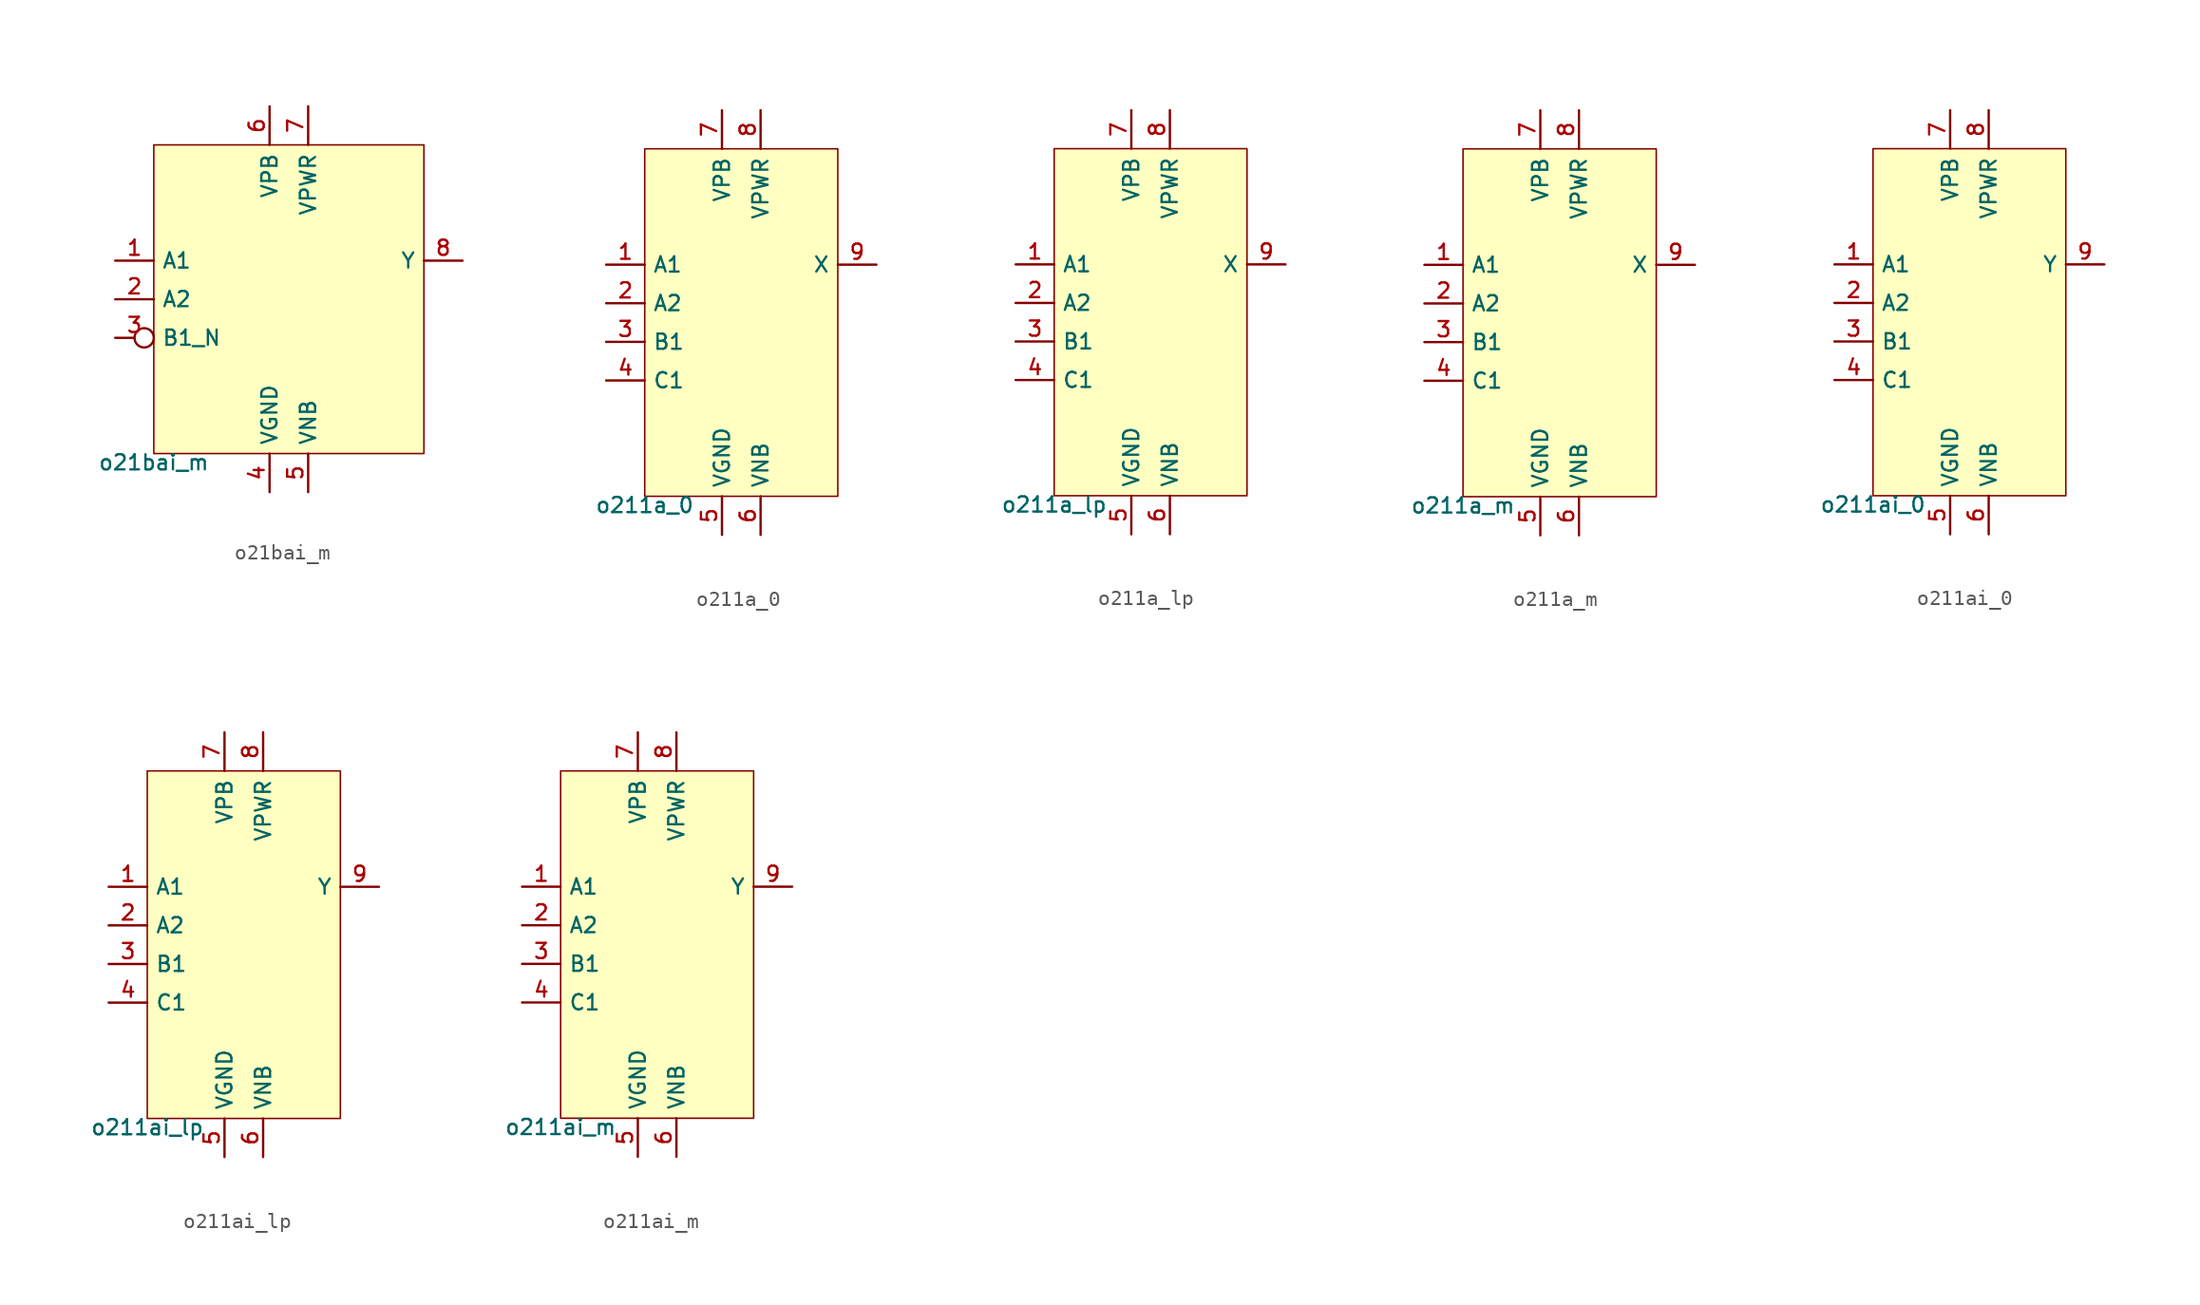
<source format=kicad_sym>
(kicad_symbol_lib
  (version 20211014)
  (generator pdk2kicad)
  (symbol "o21bai_m"
    (property "Reference" "X"
      (at 0 0 0)
      (effects (font (size 1 1)) hide))
    (property "Value" "o21bai_m"
      (at -8.89 -10.16 0)
      (effects (font (size 1 1)) (justify top)))
    (rectangle
      (start -8.89 -10.16)
      (end 8.89 10.16)
      (stroke (width 0.1) (type solid) (color 0 0 0 0))
      (fill (type background)))
    (pin input line
      (at -11.43 2.54 0)
      (length 2.54)
      (name "A1" (effects (font (size 1 1)) hide))
      (number "1" (effects (font (size 1 1)) hide)))
    (pin input line
      (at -11.43 0.0 0)
      (length 2.54)
      (name "A2" (effects (font (size 1 1)) hide))
      (number "2" (effects (font (size 1 1)) hide)))
    (pin input inverted
      (at -11.43 -2.54 0)
      (length 2.54)
      (name "B1_N" (effects (font (size 1 1)) hide))
      (number "3" (effects (font (size 1 1)) hide)))
    (pin power_in line
      (at -1.27 -12.7 90)
      (length 2.54)
      (name "VGND" (effects (font (size 1 1)) hide))
      (number "4" (effects (font (size 1 1)) hide)))
    (pin power_in line
      (at 1.27 -12.7 90)
      (length 2.54)
      (name "VNB" (effects (font (size 1 1)) hide))
      (number "5" (effects (font (size 1 1)) hide)))
    (pin power_in line
      (at -1.27 12.7 270)
      (length 2.54)
      (name "VPB" (effects (font (size 1 1)) hide))
      (number "6" (effects (font (size 1 1)) hide)))
    (pin power_in line
      (at 1.27 12.7 270)
      (length 2.54)
      (name "VPWR" (effects (font (size 1 1)) hide))
      (number "7" (effects (font (size 1 1)) hide)))
    (pin output line
      (at 11.43 2.54 180)
      (length 2.54)
      (name "Y" (effects (font (size 1 1)) hide))
      (number "8" (effects (font (size 1 1)) hide))))
  (symbol "o211a_0"
    (property "Reference" "X"
      (at 0 0 0)
      (effects (font (size 1 1)) hide))
    (property "Value" "o211a_0"
      (at -6.35 -11.43 0)
      (effects (font (size 1 1)) (justify top)))
    (rectangle
      (start -6.35 -11.43)
      (end 6.35 11.43)
      (stroke (width 0.1) (type solid) (color 0 0 0 0))
      (fill (type background)))
    (pin input line
      (at -8.89 3.81 0)
      (length 2.54)
      (name "A1" (effects (font (size 1 1)) hide))
      (number "1" (effects (font (size 1 1)) hide)))
    (pin input line
      (at -8.89 1.27 0)
      (length 2.54)
      (name "A2" (effects (font (size 1 1)) hide))
      (number "2" (effects (font (size 1 1)) hide)))
    (pin input line
      (at -8.89 -1.27 0)
      (length 2.54)
      (name "B1" (effects (font (size 1 1)) hide))
      (number "3" (effects (font (size 1 1)) hide)))
    (pin input line
      (at -8.89 -3.81 0)
      (length 2.54)
      (name "C1" (effects (font (size 1 1)) hide))
      (number "4" (effects (font (size 1 1)) hide)))
    (pin power_in line
      (at -1.27 -13.97 90)
      (length 2.54)
      (name "VGND" (effects (font (size 1 1)) hide))
      (number "5" (effects (font (size 1 1)) hide)))
    (pin power_in line
      (at 1.27 -13.97 90)
      (length 2.54)
      (name "VNB" (effects (font (size 1 1)) hide))
      (number "6" (effects (font (size 1 1)) hide)))
    (pin power_in line
      (at -1.27 13.97 270)
      (length 2.54)
      (name "VPB" (effects (font (size 1 1)) hide))
      (number "7" (effects (font (size 1 1)) hide)))
    (pin power_in line
      (at 1.27 13.97 270)
      (length 2.54)
      (name "VPWR" (effects (font (size 1 1)) hide))
      (number "8" (effects (font (size 1 1)) hide)))
    (pin output line
      (at 8.89 3.81 180)
      (length 2.54)
      (name "X" (effects (font (size 1 1)) hide))
      (number "9" (effects (font (size 1 1)) hide))))
  (symbol "o211a_lp"
    (property "Reference" "X"
      (at 0 0 0)
      (effects (font (size 1 1)) hide))
    (property "Value" "o211a_lp"
      (at -6.35 -11.43 0)
      (effects (font (size 1 1)) (justify top)))
    (rectangle
      (start -6.35 -11.43)
      (end 6.35 11.43)
      (stroke (width 0.1) (type solid) (color 0 0 0 0))
      (fill (type background)))
    (pin input line
      (at -8.89 3.81 0)
      (length 2.54)
      (name "A1" (effects (font (size 1 1)) hide))
      (number "1" (effects (font (size 1 1)) hide)))
    (pin input line
      (at -8.89 1.27 0)
      (length 2.54)
      (name "A2" (effects (font (size 1 1)) hide))
      (number "2" (effects (font (size 1 1)) hide)))
    (pin input line
      (at -8.89 -1.27 0)
      (length 2.54)
      (name "B1" (effects (font (size 1 1)) hide))
      (number "3" (effects (font (size 1 1)) hide)))
    (pin input line
      (at -8.89 -3.81 0)
      (length 2.54)
      (name "C1" (effects (font (size 1 1)) hide))
      (number "4" (effects (font (size 1 1)) hide)))
    (pin power_in line
      (at -1.27 -13.97 90)
      (length 2.54)
      (name "VGND" (effects (font (size 1 1)) hide))
      (number "5" (effects (font (size 1 1)) hide)))
    (pin power_in line
      (at 1.27 -13.97 90)
      (length 2.54)
      (name "VNB" (effects (font (size 1 1)) hide))
      (number "6" (effects (font (size 1 1)) hide)))
    (pin power_in line
      (at -1.27 13.97 270)
      (length 2.54)
      (name "VPB" (effects (font (size 1 1)) hide))
      (number "7" (effects (font (size 1 1)) hide)))
    (pin power_in line
      (at 1.27 13.97 270)
      (length 2.54)
      (name "VPWR" (effects (font (size 1 1)) hide))
      (number "8" (effects (font (size 1 1)) hide)))
    (pin output line
      (at 8.89 3.81 180)
      (length 2.54)
      (name "X" (effects (font (size 1 1)) hide))
      (number "9" (effects (font (size 1 1)) hide))))
  (symbol "o211a_m"
    (property "Reference" "X"
      (at 0 0 0)
      (effects (font (size 1 1)) hide))
    (property "Value" "o211a_m"
      (at -6.35 -11.43 0)
      (effects (font (size 1 1)) (justify top)))
    (rectangle
      (start -6.35 -11.43)
      (end 6.35 11.43)
      (stroke (width 0.1) (type solid) (color 0 0 0 0))
      (fill (type background)))
    (pin input line
      (at -8.89 3.81 0)
      (length 2.54)
      (name "A1" (effects (font (size 1 1)) hide))
      (number "1" (effects (font (size 1 1)) hide)))
    (pin input line
      (at -8.89 1.27 0)
      (length 2.54)
      (name "A2" (effects (font (size 1 1)) hide))
      (number "2" (effects (font (size 1 1)) hide)))
    (pin input line
      (at -8.89 -1.27 0)
      (length 2.54)
      (name "B1" (effects (font (size 1 1)) hide))
      (number "3" (effects (font (size 1 1)) hide)))
    (pin input line
      (at -8.89 -3.81 0)
      (length 2.54)
      (name "C1" (effects (font (size 1 1)) hide))
      (number "4" (effects (font (size 1 1)) hide)))
    (pin power_in line
      (at -1.27 -13.97 90)
      (length 2.54)
      (name "VGND" (effects (font (size 1 1)) hide))
      (number "5" (effects (font (size 1 1)) hide)))
    (pin power_in line
      (at 1.27 -13.97 90)
      (length 2.54)
      (name "VNB" (effects (font (size 1 1)) hide))
      (number "6" (effects (font (size 1 1)) hide)))
    (pin power_in line
      (at -1.27 13.97 270)
      (length 2.54)
      (name "VPB" (effects (font (size 1 1)) hide))
      (number "7" (effects (font (size 1 1)) hide)))
    (pin power_in line
      (at 1.27 13.97 270)
      (length 2.54)
      (name "VPWR" (effects (font (size 1 1)) hide))
      (number "8" (effects (font (size 1 1)) hide)))
    (pin output line
      (at 8.89 3.81 180)
      (length 2.54)
      (name "X" (effects (font (size 1 1)) hide))
      (number "9" (effects (font (size 1 1)) hide))))
  (symbol "o211ai_0"
    (property "Reference" "X"
      (at 0 0 0)
      (effects (font (size 1 1)) hide))
    (property "Value" "o211ai_0"
      (at -6.35 -11.43 0)
      (effects (font (size 1 1)) (justify top)))
    (rectangle
      (start -6.35 -11.43)
      (end 6.35 11.43)
      (stroke (width 0.1) (type solid) (color 0 0 0 0))
      (fill (type background)))
    (pin input line
      (at -8.89 3.81 0)
      (length 2.54)
      (name "A1" (effects (font (size 1 1)) hide))
      (number "1" (effects (font (size 1 1)) hide)))
    (pin input line
      (at -8.89 1.27 0)
      (length 2.54)
      (name "A2" (effects (font (size 1 1)) hide))
      (number "2" (effects (font (size 1 1)) hide)))
    (pin input line
      (at -8.89 -1.27 0)
      (length 2.54)
      (name "B1" (effects (font (size 1 1)) hide))
      (number "3" (effects (font (size 1 1)) hide)))
    (pin input line
      (at -8.89 -3.81 0)
      (length 2.54)
      (name "C1" (effects (font (size 1 1)) hide))
      (number "4" (effects (font (size 1 1)) hide)))
    (pin power_in line
      (at -1.27 -13.97 90)
      (length 2.54)
      (name "VGND" (effects (font (size 1 1)) hide))
      (number "5" (effects (font (size 1 1)) hide)))
    (pin power_in line
      (at 1.27 -13.97 90)
      (length 2.54)
      (name "VNB" (effects (font (size 1 1)) hide))
      (number "6" (effects (font (size 1 1)) hide)))
    (pin power_in line
      (at -1.27 13.97 270)
      (length 2.54)
      (name "VPB" (effects (font (size 1 1)) hide))
      (number "7" (effects (font (size 1 1)) hide)))
    (pin power_in line
      (at 1.27 13.97 270)
      (length 2.54)
      (name "VPWR" (effects (font (size 1 1)) hide))
      (number "8" (effects (font (size 1 1)) hide)))
    (pin output line
      (at 8.89 3.81 180)
      (length 2.54)
      (name "Y" (effects (font (size 1 1)) hide))
      (number "9" (effects (font (size 1 1)) hide))))
  (symbol "o211ai_lp"
    (property "Reference" "X"
      (at 0 0 0)
      (effects (font (size 1 1)) hide))
    (property "Value" "o211ai_lp"
      (at -6.35 -11.43 0)
      (effects (font (size 1 1)) (justify top)))
    (rectangle
      (start -6.35 -11.43)
      (end 6.35 11.43)
      (stroke (width 0.1) (type solid) (color 0 0 0 0))
      (fill (type background)))
    (pin input line
      (at -8.89 3.81 0)
      (length 2.54)
      (name "A1" (effects (font (size 1 1)) hide))
      (number "1" (effects (font (size 1 1)) hide)))
    (pin input line
      (at -8.89 1.27 0)
      (length 2.54)
      (name "A2" (effects (font (size 1 1)) hide))
      (number "2" (effects (font (size 1 1)) hide)))
    (pin input line
      (at -8.89 -1.27 0)
      (length 2.54)
      (name "B1" (effects (font (size 1 1)) hide))
      (number "3" (effects (font (size 1 1)) hide)))
    (pin input line
      (at -8.89 -3.81 0)
      (length 2.54)
      (name "C1" (effects (font (size 1 1)) hide))
      (number "4" (effects (font (size 1 1)) hide)))
    (pin power_in line
      (at -1.27 -13.97 90)
      (length 2.54)
      (name "VGND" (effects (font (size 1 1)) hide))
      (number "5" (effects (font (size 1 1)) hide)))
    (pin power_in line
      (at 1.27 -13.97 90)
      (length 2.54)
      (name "VNB" (effects (font (size 1 1)) hide))
      (number "6" (effects (font (size 1 1)) hide)))
    (pin power_in line
      (at -1.27 13.97 270)
      (length 2.54)
      (name "VPB" (effects (font (size 1 1)) hide))
      (number "7" (effects (font (size 1 1)) hide)))
    (pin power_in line
      (at 1.27 13.97 270)
      (length 2.54)
      (name "VPWR" (effects (font (size 1 1)) hide))
      (number "8" (effects (font (size 1 1)) hide)))
    (pin output line
      (at 8.89 3.81 180)
      (length 2.54)
      (name "Y" (effects (font (size 1 1)) hide))
      (number "9" (effects (font (size 1 1)) hide))))
  (symbol "o211ai_m"
    (property "Reference" "X"
      (at 0 0 0)
      (effects (font (size 1 1)) hide))
    (property "Value" "o211ai_m"
      (at -6.35 -11.43 0)
      (effects (font (size 1 1)) (justify top)))
    (rectangle
      (start -6.35 -11.43)
      (end 6.35 11.43)
      (stroke (width 0.1) (type solid) (color 0 0 0 0))
      (fill (type background)))
    (pin input line
      (at -8.89 3.81 0)
      (length 2.54)
      (name "A1" (effects (font (size 1 1)) hide))
      (number "1" (effects (font (size 1 1)) hide)))
    (pin input line
      (at -8.89 1.27 0)
      (length 2.54)
      (name "A2" (effects (font (size 1 1)) hide))
      (number "2" (effects (font (size 1 1)) hide)))
    (pin input line
      (at -8.89 -1.27 0)
      (length 2.54)
      (name "B1" (effects (font (size 1 1)) hide))
      (number "3" (effects (font (size 1 1)) hide)))
    (pin input line
      (at -8.89 -3.81 0)
      (length 2.54)
      (name "C1" (effects (font (size 1 1)) hide))
      (number "4" (effects (font (size 1 1)) hide)))
    (pin power_in line
      (at -1.27 -13.97 90)
      (length 2.54)
      (name "VGND" (effects (font (size 1 1)) hide))
      (number "5" (effects (font (size 1 1)) hide)))
    (pin power_in line
      (at 1.27 -13.97 90)
      (length 2.54)
      (name "VNB" (effects (font (size 1 1)) hide))
      (number "6" (effects (font (size 1 1)) hide)))
    (pin power_in line
      (at -1.27 13.97 270)
      (length 2.54)
      (name "VPB" (effects (font (size 1 1)) hide))
      (number "7" (effects (font (size 1 1)) hide)))
    (pin power_in line
      (at 1.27 13.97 270)
      (length 2.54)
      (name "VPWR" (effects (font (size 1 1)) hide))
      (number "8" (effects (font (size 1 1)) hide)))
    (pin output line
      (at 8.89 3.81 180)
      (length 2.54)
      (name "Y" (effects (font (size 1 1)) hide))
      (number "9" (effects (font (size 1 1)) hide)))))
</source>
